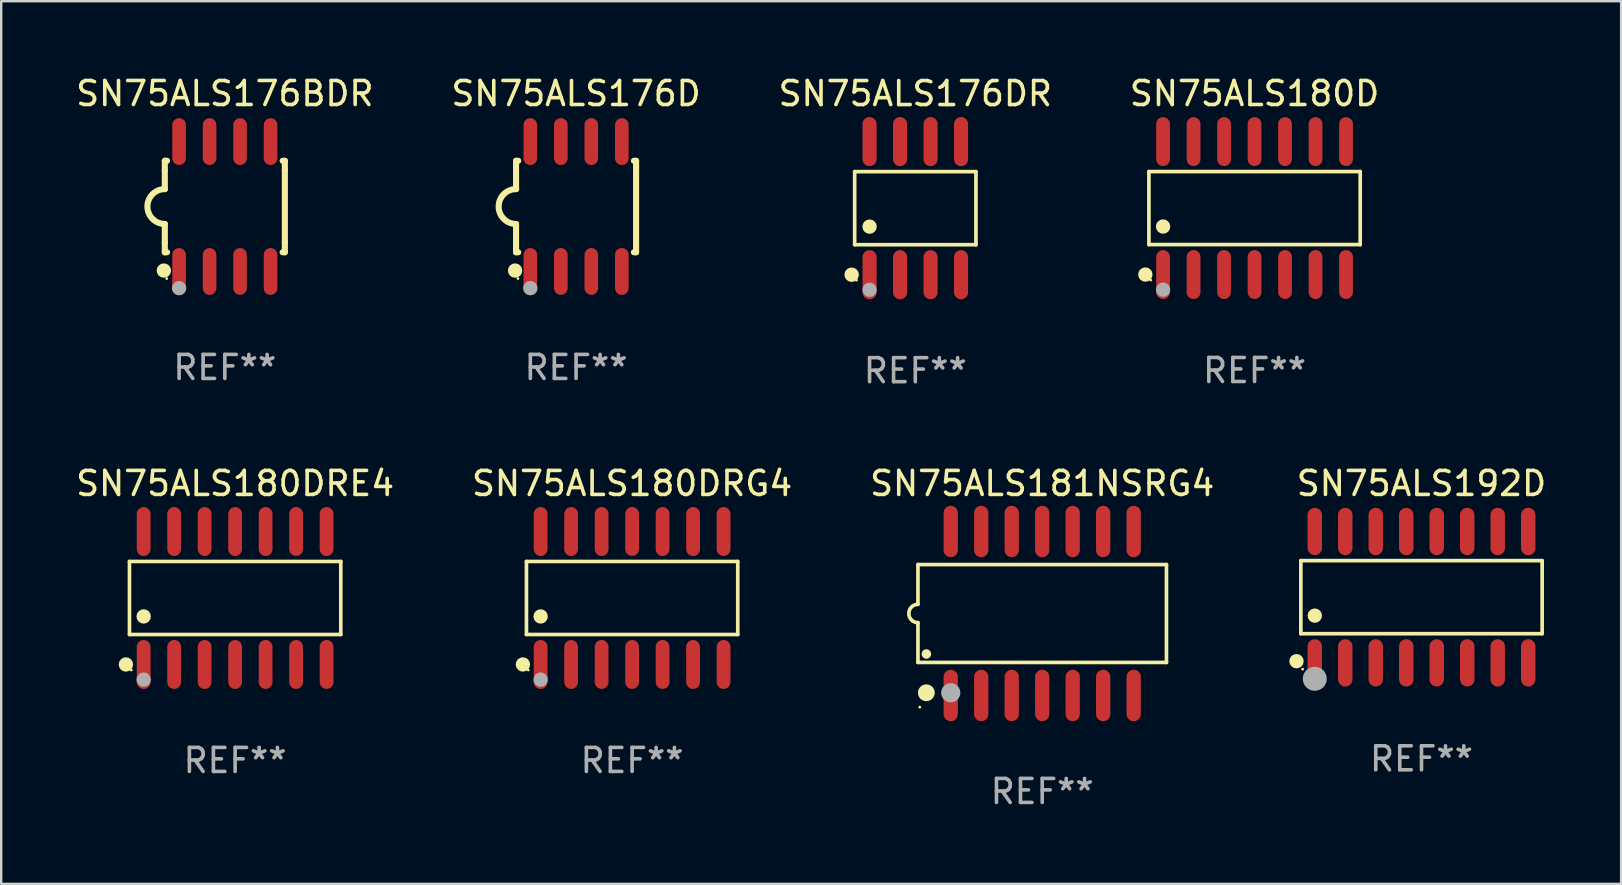
<source format=kicad_pcb>
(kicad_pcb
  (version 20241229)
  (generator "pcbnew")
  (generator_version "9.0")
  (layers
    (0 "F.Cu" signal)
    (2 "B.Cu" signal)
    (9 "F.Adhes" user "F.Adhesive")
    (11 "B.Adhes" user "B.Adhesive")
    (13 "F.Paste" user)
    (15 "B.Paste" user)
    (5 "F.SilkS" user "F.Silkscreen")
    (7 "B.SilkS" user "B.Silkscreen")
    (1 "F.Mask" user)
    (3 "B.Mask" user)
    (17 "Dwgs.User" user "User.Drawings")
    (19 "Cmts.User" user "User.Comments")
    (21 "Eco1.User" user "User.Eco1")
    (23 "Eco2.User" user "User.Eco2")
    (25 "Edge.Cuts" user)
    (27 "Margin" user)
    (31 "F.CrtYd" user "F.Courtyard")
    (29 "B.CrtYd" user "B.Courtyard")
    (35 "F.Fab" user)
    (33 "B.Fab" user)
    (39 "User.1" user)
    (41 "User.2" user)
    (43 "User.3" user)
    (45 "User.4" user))
  (footprint "SN75ALS180D"
    (layer "F.Cu")
    (at 49.208 5.617)
    (property "Reference" "SN75ALS180D" (at 0 -4.769 0) (layer "F.SilkS") (effects (font (size 1 1) (thickness 0.15))))
    (attr through_hole)
    (fp_line (start -4.401 -1.521) (end 4.401 -1.521) (stroke (width 0.152) (type solid)) (layer "F.SilkS"))
    (fp_line (start -4.401 1.521) (end -4.401 -1.521) (stroke (width 0.152) (type solid)) (layer "F.SilkS"))
    (fp_line (start 4.401 -1.521) (end 4.401 1.521) (stroke (width 0.152) (type solid)) (layer "F.SilkS"))
    (fp_line (start 4.401 1.521) (end -4.401 1.521) (stroke (width 0.152) (type solid)) (layer "F.SilkS"))
    (fp_circle (center -4.549 2.769) (end -4.399 2.769) (stroke (width 0.3) (type solid)) (fill no) (layer "F.SilkS"))
    (fp_circle (center -4.325 3) (end -4.295 3) (stroke (width 0.06) (type solid)) (fill no) (layer "F.SilkS"))
    (fp_circle (center -3.81 0.769) (end -3.66 0.769) (stroke (width 0.3) (type solid)) (fill no) (layer "F.SilkS"))
    (fp_circle (center -3.81 3.4) (end -3.66 3.4) (stroke (width 0.3) (type solid)) (fill no) (layer "F.Fab"))
    (fp_text user "REF**" (at 0 6.769 0) (layer "F.Fab") (effects (font (size 1 1) (thickness 0.15))))
    (pad "1" smd oval (at -3.81 2.769) (size 0.574 2.038) (layers "F.Cu" "F.Mask" "F.Paste"))
    (pad "2" smd oval (at -2.54 2.769) (size 0.574 2.038) (layers "F.Cu" "F.Mask" "F.Paste"))
    (pad "3" smd oval (at -1.27 2.769) (size 0.574 2.038) (layers "F.Cu" "F.Mask" "F.Paste"))
    (pad "4" smd oval (at 0 2.769) (size 0.574 2.038) (layers "F.Cu" "F.Mask" "F.Paste"))
    (pad "5" smd oval (at 1.27 2.769) (size 0.574 2.038) (layers "F.Cu" "F.Mask" "F.Paste"))
    (pad "6" smd oval (at 2.54 2.769) (size 0.574 2.038) (layers "F.Cu" "F.Mask" "F.Paste"))
    (pad "7" smd oval (at 3.81 2.769) (size 0.574 2.038) (layers "F.Cu" "F.Mask" "F.Paste"))
    (pad "8" smd oval (at 3.81 -2.769) (size 0.574 2.038) (layers "F.Cu" "F.Mask" "F.Paste"))
    (pad "9" smd oval (at 2.54 -2.769) (size 0.574 2.038) (layers "F.Cu" "F.Mask" "F.Paste"))
    (pad "10" smd oval (at 1.27 -2.769) (size 0.574 2.038) (layers "F.Cu" "F.Mask" "F.Paste"))
    (pad "11" smd oval (at 0 -2.769) (size 0.574 2.038) (layers "F.Cu" "F.Mask" "F.Paste"))
    (pad "12" smd oval (at -1.27 -2.769) (size 0.574 2.038) (layers "F.Cu" "F.Mask" "F.Paste"))
    (pad "13" smd oval (at -2.54 -2.769) (size 0.574 2.038) (layers "F.Cu" "F.Mask" "F.Paste"))
    (pad "14" smd oval (at -3.81 -2.769) (size 0.574 2.038) (layers "F.Cu" "F.Mask" "F.Paste")))
  (footprint "SN75ALS176BDR"
    (layer "F.Cu")
    (at 6.315 5.553)
    (property "Reference" "SN75ALS176BDR" (at 0 -4.705 0) (layer "F.SilkS") (effects (font (size 1 1) (thickness 0.15))))
    (attr through_hole)
    (fp_line (start -2.5 -1.905) (end -2.409 -1.905) (stroke (width 0.254) (type solid)) (layer "F.SilkS"))
    (fp_line (start -2.5 -1.5) (end -2.5 -1.905) (stroke (width 0.254) (type solid)) (layer "F.SilkS"))
    (fp_line (start -2.5 -1.5) (end -2.5 -0.726) (stroke (width 0.254) (type solid)) (layer "F.SilkS"))
    (fp_line (start -2.5 1.5) (end -2.5 0.727) (stroke (width 0.254) (type solid)) (layer "F.SilkS"))
    (fp_line (start -2.5 1.5) (end -2.5 1.905) (stroke (width 0.254) (type solid)) (layer "F.SilkS"))
    (fp_line (start -2.5 1.905) (end -2.409 1.905) (stroke (width 0.254) (type solid)) (layer "F.SilkS"))
    (fp_line (start 2.5 -1.905) (end 2.409 -1.905) (stroke (width 0.254) (type solid)) (layer "F.SilkS"))
    (fp_line (start 2.5 -1.5) (end 2.5 -1.905) (stroke (width 0.254) (type solid)) (layer "F.SilkS"))
    (fp_line (start 2.5 -1.5) (end 2.5 1.5) (stroke (width 0.254) (type solid)) (layer "F.SilkS"))
    (fp_line (start 2.5 1.5) (end 2.5 1.905) (stroke (width 0.254) (type solid)) (layer "F.SilkS"))
    (fp_line (start 2.5 1.905) (end 2.409 1.905) (stroke (width 0.254) (type solid)) (layer "F.SilkS"))
    (fp_arc (start -2.5 0.726568) (mid -3.220316 -0.0023) (end -2.495097 -0.726289) (stroke (width 0.254001) (type solid)) (layer "F.SilkS"))
    (fp_circle (center -2.54 2.667) (end -2.39 2.667) (stroke (width 0.3) (type solid)) (fill no) (layer "F.SilkS"))
    (fp_circle (center -2.42 3) (end -2.39 3) (stroke (width 0.06) (type solid)) (fill no) (layer "F.SilkS"))
    (fp_circle (center -1.905 3.4) (end -1.755 3.4) (stroke (width 0.3) (type solid)) (fill no) (layer "F.Fab"))
    (fp_text user "REF**" (at 0 6.705 0) (layer "F.Fab") (effects (font (size 1 1) (thickness 0.15))))
    (pad "1" smd oval (at -1.905 2.705) (size 0.568 1.95) (layers "F.Cu" "F.Mask" "F.Paste"))
    (pad "2" smd oval (at -0.635 2.705) (size 0.568 1.95) (layers "F.Cu" "F.Mask" "F.Paste"))
    (pad "3" smd oval (at 0.635 2.705) (size 0.568 1.95) (layers "F.Cu" "F.Mask" "F.Paste"))
    (pad "4" smd oval (at 1.905 2.705) (size 0.568 1.95) (layers "F.Cu" "F.Mask" "F.Paste"))
    (pad "5" smd oval (at 1.905 -2.705) (size 0.568 1.95) (layers "F.Cu" "F.Mask" "F.Paste"))
    (pad "6" smd oval (at 0.635 -2.705) (size 0.568 1.95) (layers "F.Cu" "F.Mask" "F.Paste"))
    (pad "7" smd oval (at -0.635 -2.705) (size 0.568 1.95) (layers "F.Cu" "F.Mask" "F.Paste"))
    (pad "8" smd oval (at -1.905 -2.705) (size 0.568 1.95) (layers "F.Cu" "F.Mask" "F.Paste")))
  (footprint "SN75ALS192D"
    (layer "F.Cu")
    (at 56.162 21.825)
    (property "Reference" "SN75ALS192D" (at 0 -4.736 0) (layer "F.SilkS") (effects (font (size 1 1) (thickness 0.15))))
    (attr through_hole)
    (fp_line (start -5.026 -1.521) (end 5.026 -1.521) (stroke (width 0.152) (type solid)) (layer "F.SilkS"))
    (fp_line (start -5.026 1.521) (end -5.026 -1.521) (stroke (width 0.152) (type solid)) (layer "F.SilkS"))
    (fp_line (start 5.026 -1.521) (end 5.026 1.521) (stroke (width 0.152) (type solid)) (layer "F.SilkS"))
    (fp_line (start 5.026 1.521) (end -5.026 1.521) (stroke (width 0.152) (type solid)) (layer "F.SilkS"))
    (fp_circle (center -5.207 2.667) (end -5.057 2.667) (stroke (width 0.3) (type solid)) (fill no) (layer "F.SilkS"))
    (fp_circle (center -4.95 3) (end -4.92 3) (stroke (width 0.06) (type solid)) (fill no) (layer "F.SilkS"))
    (fp_circle (center -4.445 0.769) (end -4.295 0.769) (stroke (width 0.3) (type solid)) (fill no) (layer "F.SilkS"))
    (fp_circle (center -4.445 3.4) (end -4.195 3.4) (stroke (width 0.5) (type solid)) (fill no) (layer "F.Fab"))
    (fp_text user "REF**" (at 0 6.736 0) (layer "F.Fab") (effects (font (size 1 1) (thickness 0.15))))
    (pad "1" smd oval (at -4.445 2.736) (size 0.602 1.971) (layers "F.Cu" "F.Mask" "F.Paste"))
    (pad "2" smd oval (at -3.175 2.736) (size 0.602 1.971) (layers "F.Cu" "F.Mask" "F.Paste"))
    (pad "3" smd oval (at -1.905 2.736) (size 0.602 1.971) (layers "F.Cu" "F.Mask" "F.Paste"))
    (pad "4" smd oval (at -0.635 2.736) (size 0.602 1.971) (layers "F.Cu" "F.Mask" "F.Paste"))
    (pad "5" smd oval (at 0.635 2.736) (size 0.602 1.971) (layers "F.Cu" "F.Mask" "F.Paste"))
    (pad "6" smd oval (at 1.905 2.736) (size 0.602 1.971) (layers "F.Cu" "F.Mask" "F.Paste"))
    (pad "7" smd oval (at 3.175 2.736) (size 0.602 1.971) (layers "F.Cu" "F.Mask" "F.Paste"))
    (pad "8" smd oval (at 4.445 2.736) (size 0.602 1.971) (layers "F.Cu" "F.Mask" "F.Paste"))
    (pad "9" smd oval (at 4.445 -2.736) (size 0.602 1.971) (layers "F.Cu" "F.Mask" "F.Paste"))
    (pad "10" smd oval (at 3.175 -2.736) (size 0.602 1.971) (layers "F.Cu" "F.Mask" "F.Paste"))
    (pad "11" smd oval (at 1.905 -2.736) (size 0.602 1.971) (layers "F.Cu" "F.Mask" "F.Paste"))
    (pad "12" smd oval (at 0.635 -2.736) (size 0.602 1.971) (layers "F.Cu" "F.Mask" "F.Paste"))
    (pad "13" smd oval (at -0.635 -2.736) (size 0.602 1.971) (layers "F.Cu" "F.Mask" "F.Paste"))
    (pad "14" smd oval (at -1.905 -2.736) (size 0.602 1.971) (layers "F.Cu" "F.Mask" "F.Paste"))
    (pad "15" smd oval (at -3.175 -2.736) (size 0.602 1.971) (layers "F.Cu" "F.Mask" "F.Paste"))
    (pad "16" smd oval (at -4.445 -2.736) (size 0.602 1.971) (layers "F.Cu" "F.Mask" "F.Paste")))
  (footprint "SN75ALS176D"
    (layer "F.Cu")
    (at 20.946 5.553)
    (property "Reference" "SN75ALS176D" (at 0 -4.705 0) (layer "F.SilkS") (effects (font (size 1 1) (thickness 0.15))))
    (attr through_hole)
    (fp_line (start -2.5 -1.905) (end -2.409 -1.905) (stroke (width 0.254) (type solid)) (layer "F.SilkS"))
    (fp_line (start -2.5 -1.5) (end -2.5 -1.905) (stroke (width 0.254) (type solid)) (layer "F.SilkS"))
    (fp_line (start -2.5 -1.5) (end -2.5 -0.726) (stroke (width 0.254) (type solid)) (layer "F.SilkS"))
    (fp_line (start -2.5 1.5) (end -2.5 0.727) (stroke (width 0.254) (type solid)) (layer "F.SilkS"))
    (fp_line (start -2.5 1.5) (end -2.5 1.905) (stroke (width 0.254) (type solid)) (layer "F.SilkS"))
    (fp_line (start -2.5 1.905) (end -2.409 1.905) (stroke (width 0.254) (type solid)) (layer "F.SilkS"))
    (fp_line (start 2.5 -1.905) (end 2.409 -1.905) (stroke (width 0.254) (type solid)) (layer "F.SilkS"))
    (fp_line (start 2.5 -1.5) (end 2.5 -1.905) (stroke (width 0.254) (type solid)) (layer "F.SilkS"))
    (fp_line (start 2.5 -1.5) (end 2.5 1.5) (stroke (width 0.254) (type solid)) (layer "F.SilkS"))
    (fp_line (start 2.5 1.5) (end 2.5 1.905) (stroke (width 0.254) (type solid)) (layer "F.SilkS"))
    (fp_line (start 2.5 1.905) (end 2.409 1.905) (stroke (width 0.254) (type solid)) (layer "F.SilkS"))
    (fp_arc (start -2.5 0.726568) (mid -3.220316 -0.0023) (end -2.495097 -0.726289) (stroke (width 0.254001) (type solid)) (layer "F.SilkS"))
    (fp_circle (center -2.54 2.667) (end -2.39 2.667) (stroke (width 0.3) (type solid)) (fill no) (layer "F.SilkS"))
    (fp_circle (center -2.42 3) (end -2.39 3) (stroke (width 0.06) (type solid)) (fill no) (layer "F.SilkS"))
    (fp_circle (center -1.905 3.4) (end -1.755 3.4) (stroke (width 0.3) (type solid)) (fill no) (layer "F.Fab"))
    (fp_text user "REF**" (at 0 6.705 0) (layer "F.Fab") (effects (font (size 1 1) (thickness 0.15))))
    (pad "1" smd oval (at -1.905 2.705) (size 0.568 1.95) (layers "F.Cu" "F.Mask" "F.Paste"))
    (pad "2" smd oval (at -0.635 2.705) (size 0.568 1.95) (layers "F.Cu" "F.Mask" "F.Paste"))
    (pad "3" smd oval (at 0.635 2.705) (size 0.568 1.95) (layers "F.Cu" "F.Mask" "F.Paste"))
    (pad "4" smd oval (at 1.905 2.705) (size 0.568 1.95) (layers "F.Cu" "F.Mask" "F.Paste"))
    (pad "5" smd oval (at 1.905 -2.705) (size 0.568 1.95) (layers "F.Cu" "F.Mask" "F.Paste"))
    (pad "6" smd oval (at 0.635 -2.705) (size 0.568 1.95) (layers "F.Cu" "F.Mask" "F.Paste"))
    (pad "7" smd oval (at -0.635 -2.705) (size 0.568 1.95) (layers "F.Cu" "F.Mask" "F.Paste"))
    (pad "8" smd oval (at -1.905 -2.705) (size 0.568 1.95) (layers "F.Cu" "F.Mask" "F.Paste")))
  (footprint "SN75ALS181NSRG4"
    (layer "F.Cu")
    (at 40.363 22.505)
    (property "Reference" "SN75ALS181NSRG4" (at 0 -5.415 0) (layer "F.SilkS") (effects (font (size 1 1) (thickness 0.15))))
    (attr through_hole)
    (fp_line (start -5.176 -2.039) (end 5.176 -2.039) (stroke (width 0.152) (type solid)) (layer "F.SilkS"))
    (fp_line (start -5.176 -0.381) (end -5.176 -2.039) (stroke (width 0.152) (type solid)) (layer "F.SilkS"))
    (fp_line (start -5.176 0.381) (end -5.176 2.039) (stroke (width 0.152) (type solid)) (layer "F.SilkS"))
    (fp_line (start 5.176 -2.039) (end 5.176 2.039) (stroke (width 0.152) (type solid)) (layer "F.SilkS"))
    (fp_line (start 5.176 2.039) (end -5.176 2.039) (stroke (width 0.152) (type solid)) (layer "F.SilkS"))
    (fp_arc (start -5.1762 0.381001) (mid -5.557201 0) (end -5.1762 -0.381001) (stroke (width 0.151994) (type solid)) (layer "F.SilkS"))
    (fp_circle (center -5.1 3.9) (end -5.07 3.9) (stroke (width 0.06) (type solid)) (fill no) (layer "F.SilkS"))
    (fp_circle (center -4.826 3.302) (end -4.651 3.302) (stroke (width 0.35) (type solid)) (fill no) (layer "F.SilkS"))
    (fp_circle (center -4.824 1.687) (end -4.724 1.687) (stroke (width 0.2) (type solid)) (fill no) (layer "F.SilkS"))
    (fp_circle (center -3.81 3.302) (end -3.61 3.302) (stroke (width 0.4) (type solid)) (fill no) (layer "F.Fab"))
    (fp_text user "REF**" (at 0 7.415 0) (layer "F.Fab") (effects (font (size 1 1) (thickness 0.15))))
    (pad "1" smd oval (at -3.81 3.415) (size 0.595 2.142) (layers "F.Cu" "F.Mask" "F.Paste"))
    (pad "2" smd oval (at -2.54 3.415) (size 0.595 2.142) (layers "F.Cu" "F.Mask" "F.Paste"))
    (pad "3" smd oval (at -1.27 3.415) (size 0.595 2.142) (layers "F.Cu" "F.Mask" "F.Paste"))
    (pad "4" smd oval (at 0 3.415) (size 0.595 2.142) (layers "F.Cu" "F.Mask" "F.Paste"))
    (pad "5" smd oval (at 1.27 3.415) (size 0.595 2.142) (layers "F.Cu" "F.Mask" "F.Paste"))
    (pad "6" smd oval (at 2.54 3.415) (size 0.595 2.142) (layers "F.Cu" "F.Mask" "F.Paste"))
    (pad "7" smd oval (at 3.81 3.415) (size 0.595 2.142) (layers "F.Cu" "F.Mask" "F.Paste"))
    (pad "8" smd oval (at 3.81 -3.415) (size 0.595 2.142) (layers "F.Cu" "F.Mask" "F.Paste"))
    (pad "9" smd oval (at 2.54 -3.415) (size 0.595 2.142) (layers "F.Cu" "F.Mask" "F.Paste"))
    (pad "10" smd oval (at 1.27 -3.415) (size 0.595 2.142) (layers "F.Cu" "F.Mask" "F.Paste"))
    (pad "11" smd oval (at 0 -3.415) (size 0.595 2.142) (layers "F.Cu" "F.Mask" "F.Paste"))
    (pad "12" smd oval (at -1.27 -3.415) (size 0.595 2.142) (layers "F.Cu" "F.Mask" "F.Paste"))
    (pad "13" smd oval (at -2.54 -3.415) (size 0.595 2.142) (layers "F.Cu" "F.Mask" "F.Paste"))
    (pad "14" smd oval (at -3.81 -3.415) (size 0.595 2.142) (layers "F.Cu" "F.Mask" "F.Paste")))
  (footprint "SN75ALS176DR"
    (layer "F.Cu")
    (at 35.077 5.621)
    (property "Reference" "SN75ALS176DR" (at 0 -4.772 0) (layer "F.SilkS") (effects (font (size 1 1) (thickness 0.15))))
    (attr through_hole)
    (fp_line (start -2.526 -1.521) (end 2.526 -1.521) (stroke (width 0.152) (type solid)) (layer "F.SilkS"))
    (fp_line (start -2.526 1.521) (end -2.526 -1.521) (stroke (width 0.152) (type solid)) (layer "F.SilkS"))
    (fp_line (start 2.526 -1.521) (end 2.526 1.521) (stroke (width 0.152) (type solid)) (layer "F.SilkS"))
    (fp_line (start 2.526 1.521) (end -2.526 1.521) (stroke (width 0.152) (type solid)) (layer "F.SilkS"))
    (fp_circle (center -2.652 2.772) (end -2.501 2.772) (stroke (width 0.3) (type solid)) (fill no) (layer "F.SilkS"))
    (fp_circle (center -2.45 3) (end -2.42 3) (stroke (width 0.06) (type solid)) (fill no) (layer "F.SilkS"))
    (fp_circle (center -1.905 0.769) (end -1.755 0.769) (stroke (width 0.3) (type solid)) (fill no) (layer "F.SilkS"))
    (fp_circle (center -1.905 3.4) (end -1.755 3.4) (stroke (width 0.3) (type solid)) (fill no) (layer "F.Fab"))
    (fp_text user "REF**" (at 0 6.772 0) (layer "F.Fab") (effects (font (size 1 1) (thickness 0.15))))
    (pad "1" smd oval (at -1.905 2.772) (size 0.588 2.045) (layers "F.Cu" "F.Mask" "F.Paste"))
    (pad "2" smd oval (at -0.635 2.772) (size 0.588 2.045) (layers "F.Cu" "F.Mask" "F.Paste"))
    (pad "3" smd oval (at 0.635 2.772) (size 0.588 2.045) (layers "F.Cu" "F.Mask" "F.Paste"))
    (pad "4" smd oval (at 1.905 2.772) (size 0.588 2.045) (layers "F.Cu" "F.Mask" "F.Paste"))
    (pad "5" smd oval (at 1.905 -2.772) (size 0.588 2.045) (layers "F.Cu" "F.Mask" "F.Paste"))
    (pad "6" smd oval (at 0.635 -2.772) (size 0.588 2.045) (layers "F.Cu" "F.Mask" "F.Paste"))
    (pad "7" smd oval (at -0.635 -2.772) (size 0.588 2.045) (layers "F.Cu" "F.Mask" "F.Paste"))
    (pad "8" smd oval (at -1.905 -2.772) (size 0.588 2.045) (layers "F.Cu" "F.Mask" "F.Paste")))
  (footprint "SN75ALS180DRE4"
    (layer "F.Cu")
    (at 6.744 21.859)
    (property "Reference" "SN75ALS180DRE4" (at 0 -4.769 0) (layer "F.SilkS") (effects (font (size 1 1) (thickness 0.15))))
    (attr through_hole)
    (fp_line (start -4.401 -1.521) (end 4.401 -1.521) (stroke (width 0.152) (type solid)) (layer "F.SilkS"))
    (fp_line (start -4.401 1.521) (end -4.401 -1.521) (stroke (width 0.152) (type solid)) (layer "F.SilkS"))
    (fp_line (start 4.401 -1.521) (end 4.401 1.521) (stroke (width 0.152) (type solid)) (layer "F.SilkS"))
    (fp_line (start 4.401 1.521) (end -4.401 1.521) (stroke (width 0.152) (type solid)) (layer "F.SilkS"))
    (fp_circle (center -4.549 2.769) (end -4.399 2.769) (stroke (width 0.3) (type solid)) (fill no) (layer "F.SilkS"))
    (fp_circle (center -4.325 3) (end -4.295 3) (stroke (width 0.06) (type solid)) (fill no) (layer "F.SilkS"))
    (fp_circle (center -3.81 0.769) (end -3.66 0.769) (stroke (width 0.3) (type solid)) (fill no) (layer "F.SilkS"))
    (fp_circle (center -3.81 3.4) (end -3.66 3.4) (stroke (width 0.3) (type solid)) (fill no) (layer "F.Fab"))
    (fp_text user "REF**" (at 0 6.769 0) (layer "F.Fab") (effects (font (size 1 1) (thickness 0.15))))
    (pad "1" smd oval (at -3.81 2.769) (size 0.574 2.038) (layers "F.Cu" "F.Mask" "F.Paste"))
    (pad "2" smd oval (at -2.54 2.769) (size 0.574 2.038) (layers "F.Cu" "F.Mask" "F.Paste"))
    (pad "3" smd oval (at -1.27 2.769) (size 0.574 2.038) (layers "F.Cu" "F.Mask" "F.Paste"))
    (pad "4" smd oval (at 0 2.769) (size 0.574 2.038) (layers "F.Cu" "F.Mask" "F.Paste"))
    (pad "5" smd oval (at 1.27 2.769) (size 0.574 2.038) (layers "F.Cu" "F.Mask" "F.Paste"))
    (pad "6" smd oval (at 2.54 2.769) (size 0.574 2.038) (layers "F.Cu" "F.Mask" "F.Paste"))
    (pad "7" smd oval (at 3.81 2.769) (size 0.574 2.038) (layers "F.Cu" "F.Mask" "F.Paste"))
    (pad "8" smd oval (at 3.81 -2.769) (size 0.574 2.038) (layers "F.Cu" "F.Mask" "F.Paste"))
    (pad "9" smd oval (at 2.54 -2.769) (size 0.574 2.038) (layers "F.Cu" "F.Mask" "F.Paste"))
    (pad "10" smd oval (at 1.27 -2.769) (size 0.574 2.038) (layers "F.Cu" "F.Mask" "F.Paste"))
    (pad "11" smd oval (at 0 -2.769) (size 0.574 2.038) (layers "F.Cu" "F.Mask" "F.Paste"))
    (pad "12" smd oval (at -1.27 -2.769) (size 0.574 2.038) (layers "F.Cu" "F.Mask" "F.Paste"))
    (pad "13" smd oval (at -2.54 -2.769) (size 0.574 2.038) (layers "F.Cu" "F.Mask" "F.Paste"))
    (pad "14" smd oval (at -3.81 -2.769) (size 0.574 2.038) (layers "F.Cu" "F.Mask" "F.Paste")))
  (footprint "SN75ALS180DRG4"
    (layer "F.Cu")
    (at 23.28 21.859)
    (property "Reference" "SN75ALS180DRG4" (at 0 -4.769 0) (layer "F.SilkS") (effects (font (size 1 1) (thickness 0.15))))
    (attr through_hole)
    (fp_line (start -4.401 -1.521) (end 4.401 -1.521) (stroke (width 0.152) (type solid)) (layer "F.SilkS"))
    (fp_line (start -4.401 1.521) (end -4.401 -1.521) (stroke (width 0.152) (type solid)) (layer "F.SilkS"))
    (fp_line (start 4.401 -1.521) (end 4.401 1.521) (stroke (width 0.152) (type solid)) (layer "F.SilkS"))
    (fp_line (start 4.401 1.521) (end -4.401 1.521) (stroke (width 0.152) (type solid)) (layer "F.SilkS"))
    (fp_circle (center -4.549 2.769) (end -4.399 2.769) (stroke (width 0.3) (type solid)) (fill no) (layer "F.SilkS"))
    (fp_circle (center -4.325 3) (end -4.295 3) (stroke (width 0.06) (type solid)) (fill no) (layer "F.SilkS"))
    (fp_circle (center -3.81 0.769) (end -3.66 0.769) (stroke (width 0.3) (type solid)) (fill no) (layer "F.SilkS"))
    (fp_circle (center -3.81 3.4) (end -3.66 3.4) (stroke (width 0.3) (type solid)) (fill no) (layer "F.Fab"))
    (fp_text user "REF**" (at 0 6.769 0) (layer "F.Fab") (effects (font (size 1 1) (thickness 0.15))))
    (pad "1" smd oval (at -3.81 2.769) (size 0.574 2.038) (layers "F.Cu" "F.Mask" "F.Paste"))
    (pad "2" smd oval (at -2.54 2.769) (size 0.574 2.038) (layers "F.Cu" "F.Mask" "F.Paste"))
    (pad "3" smd oval (at -1.27 2.769) (size 0.574 2.038) (layers "F.Cu" "F.Mask" "F.Paste"))
    (pad "4" smd oval (at 0 2.769) (size 0.574 2.038) (layers "F.Cu" "F.Mask" "F.Paste"))
    (pad "5" smd oval (at 1.27 2.769) (size 0.574 2.038) (layers "F.Cu" "F.Mask" "F.Paste"))
    (pad "6" smd oval (at 2.54 2.769) (size 0.574 2.038) (layers "F.Cu" "F.Mask" "F.Paste"))
    (pad "7" smd oval (at 3.81 2.769) (size 0.574 2.038) (layers "F.Cu" "F.Mask" "F.Paste"))
    (pad "8" smd oval (at 3.81 -2.769) (size 0.574 2.038) (layers "F.Cu" "F.Mask" "F.Paste"))
    (pad "9" smd oval (at 2.54 -2.769) (size 0.574 2.038) (layers "F.Cu" "F.Mask" "F.Paste"))
    (pad "10" smd oval (at 1.27 -2.769) (size 0.574 2.038) (layers "F.Cu" "F.Mask" "F.Paste"))
    (pad "11" smd oval (at 0 -2.769) (size 0.574 2.038) (layers "F.Cu" "F.Mask" "F.Paste"))
    (pad "12" smd oval (at -1.27 -2.769) (size 0.574 2.038) (layers "F.Cu" "F.Mask" "F.Paste"))
    (pad "13" smd oval (at -2.54 -2.769) (size 0.574 2.038) (layers "F.Cu" "F.Mask" "F.Paste"))
    (pad "14" smd oval (at -3.81 -2.769) (size 0.574 2.038) (layers "F.Cu" "F.Mask" "F.Paste")))
  (gr_rect
    (start -3 -3)
    (end 64.477 33.768)
    (stroke (width 0.1) (type default))
    (fill no)
    (layer "Edge.Cuts")))
</source>
